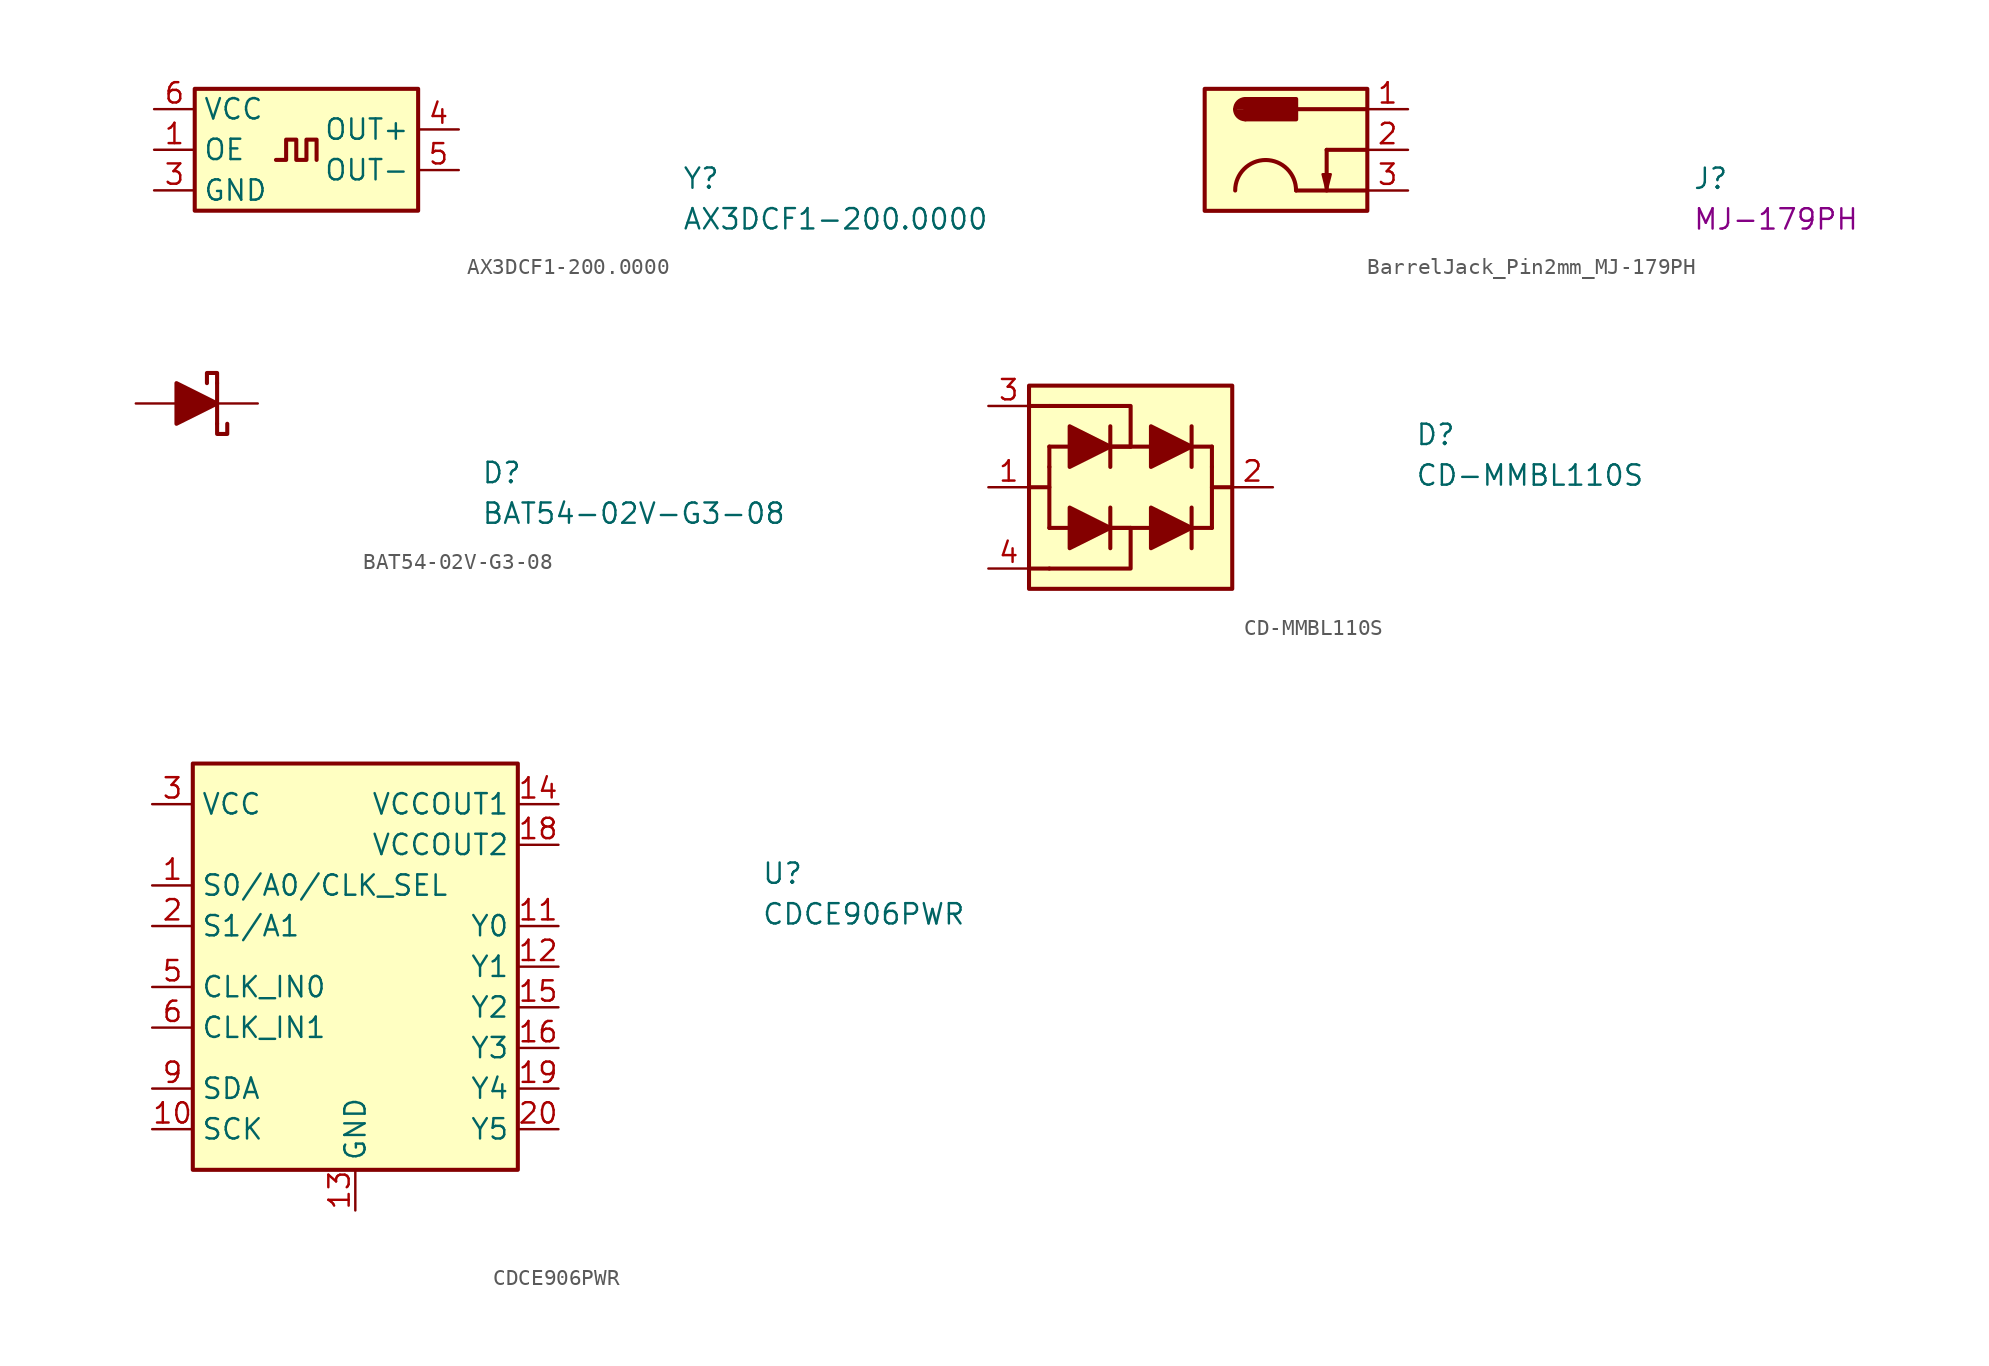
<source format=kicad_sym>
(kicad_symbol_lib
  (version 20211014)
  (generator kicad_symbol_editor)
  (symbol "AX3DCF1-200.0000"
    (property "Reference" "Y"
      (at 33.02 -5.08 0)
      (effects (font (size 1.27 1.27) (thickness 0.15)) (justify left bottom)))
    (property "Value" "AX3DCF1-200.0000"
      (at 33.02 -7.62 0)
      (effects (font (size 1.27 1.27) (thickness 0.15)) (justify left bottom)))
    (symbol "AX3DCF1-200.0000_1_1"
      (polyline (pts (xy 7.62 -3.175) (xy 8.255 -3.175) (xy 8.255 -1.905) (xy 8.89 -1.905) (xy 8.89 -3.175) (xy 9.525 -3.175) (xy 9.525 -1.905) (xy 10.16 -1.905) (xy 10.16 -3.175)) (stroke (width 0.254) (type default) (color 0 0 0 0)) (fill (type background)))
      (rectangle (start 2.54 1.27) (end 16.51 -6.35) (stroke (width 0.254) (type default) (color 0 0 0 0)) (fill (type background)))
      (pin input line (at 0 -2.54 0) (length 2.54) (name "OE" (effects (font (size 1.27 1.27)))) (number "1" (effects (font (size 1.27 1.27)))))
      (pin power_in line (at 0 -5.08 0) (length 2.54) (name "GND" (effects (font (size 1.27 1.27)))) (number "3" (effects (font (size 1.27 1.27)))))
      (pin output line (at 19.05 -1.27 180) (length 2.54) (name "OUT+" (effects (font (size 1.27 1.27)))) (number "4" (effects (font (size 1.27 1.27)))))
      (pin output line (at 19.05 -3.81 180) (length 2.54) (name "OUT-" (effects (font (size 1.27 1.27)))) (number "5" (effects (font (size 1.27 1.27)))))
      (pin power_in line (at 0 0 0) (length 2.54) (name "VCC" (effects (font (size 1.27 1.27)))) (number "6" (effects (font (size 1.27 1.27)))))))
  (symbol "BarrelJack_Pin2mm_MJ-179PH"
    (pin_names hide)
    (property "Reference" "J"
      (at 17.78 -5.08 0)
      (effects (font (size 1.27 1.27) (thickness 0.15)) (justify left bottom)))
    (property "MPN" "MJ-179PH"
      (at 17.78 -7.62 0)
      (effects (font (size 1.27 1.27) (thickness 0.15)) (justify left bottom)))
    (symbol "BarrelJack_Pin2mm_MJ-179PH_0_1"
      (polyline (pts (xy -5.08 -5.08) (xy -5.334 -4.064) (xy -4.826 -4.064) (xy -5.08 -5.08)) (stroke (width 0) (type default)) (fill (type outline))))
    (symbol "BarrelJack_Pin2mm_MJ-179PH_1_1"
      (rectangle (start -12.7 1.27) (end -2.54 -6.35) (stroke (width 0.254) (type default)) (fill (type background)))
      (arc (start -10.795 0) (mid -10.609 -0.449) (end -10.16 -0.635) (stroke (width 0.254) (type default)) (fill (type outline)))
      (rectangle (start -10.16 -0.635) (end -6.985 0.635) (stroke (width 0.254) (type default)) (fill (type outline)))
      (arc (start -10.16 0.635) (mid -10.609 0.449) (end -10.795 0) (stroke (width 0.254) (type default)) (fill (type outline)))
      (arc (start -8.89 -3.175) (mid -10.237 -3.733) (end -10.795 -5.08) (stroke (width 0.254) (type default)) (fill (type none)))
      (arc (start -6.985 -5.08) (mid -7.543 -3.733) (end -8.89 -3.175) (stroke (width 0.254) (type default)) (fill (type none)))
      (polyline (pts (xy -5.08 -2.54) (xy -5.08 -5.08)) (stroke (width 0.254) (type default)) (fill (type background)))
      (polyline (pts (xy -2.54 -5.08) (xy -6.985 -5.08)) (stroke (width 0.254) (type default)) (fill (type background)))
      (polyline (pts (xy -2.54 -2.54) (xy -5.08 -2.54)) (stroke (width 0.254) (type default)) (fill (type background)))
      (polyline (pts (xy -2.54 0) (xy -6.985 0)) (stroke (width 0.254) (type default)) (fill (type background)))
      (pin passive line (at 0 0 180) (length 2.54) (name "1" (effects (font (size 1.27 1.27)))) (number "1" (effects (font (size 1.27 1.27)))))
      (pin passive line (at 0 -2.54 180) (length 2.54) (name "2" (effects (font (size 1.27 1.27)))) (number "2" (effects (font (size 1.27 1.27)))))
      (pin passive line (at 0 -5.08 180) (length 2.54) (name "3" (effects (font (size 1.27 1.27)))) (number "3" (effects (font (size 1.27 1.27)))))))
  (symbol "BAT54-02V-G3-08"
    (pin_numbers hide)
    (pin_names hide)
    (property "Reference" "D"
      (at 21.59 -5.08 0)
      (effects (font (size 1.27 1.27) (thickness 0.15)) (justify left bottom)))
    (property "Value" "BAT54-02V-G3-08"
      (at 21.59 -7.62 0)
      (effects (font (size 1.27 1.27) (thickness 0.15)) (justify left bottom)))
    (symbol "BAT54-02V-G3-08_1_1"
      (polyline (pts (xy 5.08 1.27) (xy 5.08 -1.27)) (stroke (width 0.254) (type default) (color 0 0 0 0)) (fill (type none)))
      (polyline (pts (xy 2.54 1.27) (xy 2.54 -1.27) (xy 5.08 0) (xy 2.54 1.27)) (stroke (width 0.254) (type default) (color 0 0 0 0)) (fill (type outline)))
      (polyline (pts (xy 5.08 -1.27) (xy 5.08 -1.905) (xy 5.715 -1.905) (xy 5.715 -1.27)) (stroke (width 0.254) (type default) (color 0 0 0 0)) (fill (type none)))
      (polyline (pts (xy 5.08 1.27) (xy 5.08 1.905) (xy 4.445 1.905) (xy 4.445 1.27)) (stroke (width 0.254) (type default) (color 0 0 0 0)) (fill (type none)))
      (pin passive line (at 7.62 0 180) (length 2.54) (name "1" (effects (font (size 1.27 1.27)))) (number "1" (effects (font (size 1.27 1.27)))))
      (pin passive line (at 0 0 0) (length 2.54) (name "2" (effects (font (size 1.27 1.27)))) (number "2" (effects (font (size 1.27 1.27)))))))
  (symbol "CD-MMBL110S"
    (pin_names hide)
    (property "Reference" "D"
      (at 26.67 -2.54 0)
      (effects (font (size 1.27 1.27) (thickness 0.15)) (justify left bottom)))
    (property "Value" "CD-MMBL110S"
      (at 26.67 -5.08 0)
      (effects (font (size 1.27 1.27) (thickness 0.15)) (justify left bottom)))
    (symbol "CD-MMBL110S_1_1"
      (polyline (pts (xy 2.54 -5.08) (xy 3.81 -5.08)) (stroke (width 0.254) (type default) (color 0 0 0 0)) (fill (type none)))
      (polyline (pts (xy 3.81 -10.16) (xy 2.54 -10.16)) (stroke (width 0.254) (type default) (color 0 0 0 0)) (fill (type none)))
      (polyline (pts (xy 3.81 -3.81) (xy 3.81 -7.62)) (stroke (width 0.254) (type default) (color 0 0 0 0)) (fill (type none)))
      (polyline (pts (xy 3.81 -2.54) (xy 3.81 -3.81)) (stroke (width 0.254) (type default) (color 0 0 0 0)) (fill (type none)))
      (polyline (pts (xy 3.81 0) (xy 2.54 0)) (stroke (width 0.254) (type default) (color 0 0 0 0)) (fill (type none)))
      (polyline (pts (xy 5.08 -7.62) (xy 3.81 -7.62)) (stroke (width 0.254) (type default) (color 0 0 0 0)) (fill (type none)))
      (polyline (pts (xy 5.08 -2.54) (xy 3.81 -2.54)) (stroke (width 0.254) (type default) (color 0 0 0 0)) (fill (type none)))
      (polyline (pts (xy 7.62 -6.35) (xy 7.62 -8.89)) (stroke (width 0.254) (type default) (color 0 0 0 0)) (fill (type none)))
      (polyline (pts (xy 7.62 -1.27) (xy 7.62 -3.81)) (stroke (width 0.254) (type default) (color 0 0 0 0)) (fill (type none)))
      (polyline (pts (xy 8.89 -7.62) (xy 7.62 -7.62)) (stroke (width 0.254) (type default) (color 0 0 0 0)) (fill (type none)))
      (polyline (pts (xy 8.89 -2.54) (xy 7.62 -2.54)) (stroke (width 0.254) (type default) (color 0 0 0 0)) (fill (type none)))
      (polyline (pts (xy 10.16 -7.62) (xy 6.35 -7.62)) (stroke (width 0.254) (type default) (color 0 0 0 0)) (fill (type none)))
      (polyline (pts (xy 10.16 -2.54) (xy 6.35 -2.54)) (stroke (width 0.254) (type default) (color 0 0 0 0)) (fill (type none)))
      (polyline (pts (xy 12.7 -7.62) (xy 13.97 -7.62)) (stroke (width 0.254) (type default) (color 0 0 0 0)) (fill (type none)))
      (polyline (pts (xy 12.7 -6.35) (xy 12.7 -8.89)) (stroke (width 0.254) (type default) (color 0 0 0 0)) (fill (type none)))
      (polyline (pts (xy 12.7 -2.54) (xy 13.97 -2.54)) (stroke (width 0.254) (type default) (color 0 0 0 0)) (fill (type none)))
      (polyline (pts (xy 12.7 -1.27) (xy 12.7 -3.81)) (stroke (width 0.254) (type default) (color 0 0 0 0)) (fill (type none)))
      (polyline (pts (xy 13.97 -5.08) (xy 15.24 -5.08)) (stroke (width 0.254) (type default) (color 0 0 0 0)) (fill (type none)))
      (polyline (pts (xy 13.97 -3.81) (xy 13.97 -7.62)) (stroke (width 0.254) (type default) (color 0 0 0 0)) (fill (type none)))
      (polyline (pts (xy 13.97 -2.54) (xy 13.97 -3.81)) (stroke (width 0.254) (type default) (color 0 0 0 0)) (fill (type none)))
      (polyline (pts (xy 8.89 -7.62) (xy 8.89 -10.16) (xy 3.81 -10.16)) (stroke (width 0.254) (type default) (color 0 0 0 0)) (fill (type none)))
      (polyline (pts (xy 8.89 -2.54) (xy 8.89 0) (xy 3.81 0)) (stroke (width 0.254) (type default) (color 0 0 0 0)) (fill (type none)))
      (polyline (pts (xy 5.08 -6.35) (xy 5.08 -8.89) (xy 7.62 -7.62) (xy 5.08 -6.35)) (stroke (width 0.254) (type default) (color 0 0 0 0)) (fill (type outline)))
      (polyline (pts (xy 5.08 -1.27) (xy 5.08 -3.81) (xy 7.62 -2.54) (xy 5.08 -1.27)) (stroke (width 0.254) (type default) (color 0 0 0 0)) (fill (type outline)))
      (polyline (pts (xy 10.16 -6.35) (xy 10.16 -8.89) (xy 12.7 -7.62) (xy 10.16 -6.35)) (stroke (width 0.254) (type default) (color 0 0 0 0)) (fill (type outline)))
      (polyline (pts (xy 10.16 -1.27) (xy 10.16 -3.81) (xy 12.7 -2.54) (xy 10.16 -1.27)) (stroke (width 0.254) (type default) (color 0 0 0 0)) (fill (type outline)))
      (rectangle (start 2.54 1.27) (end 15.24 -11.43) (stroke (width 0.254) (type default) (color 0 0 0 0)) (fill (type background)))
      (pin output line (at 0 -5.08 0) (length 2.54) (name "1" (effects (font (size 1.27 1.27)))) (number "1" (effects (font (size 1.27 1.27)))))
      (pin output line (at 17.78 -5.08 180) (length 2.54) (name "2" (effects (font (size 1.27 1.27)))) (number "2" (effects (font (size 1.27 1.27)))))
      (pin input line (at 0 0 0) (length 2.54) (name "3" (effects (font (size 1.27 1.27)))) (number "3" (effects (font (size 1.27 1.27)))))
      (pin input line (at 0 -10.16 0) (length 2.54) (name "4" (effects (font (size 1.27 1.27)))) (number "4" (effects (font (size 1.27 1.27)))))))
  (symbol "CDCE906PWR"
    (property "Reference" "U"
      (at 38.1 -5.08 0)
      (effects (font (size 1.27 1.27) (thickness 0.15)) (justify left bottom)))
    (property "Value" "CDCE906PWR"
      (at 38.1 -7.62 0)
      (effects (font (size 1.27 1.27) (thickness 0.15)) (justify left bottom)))
    (symbol "CDCE906PWR_1_1"
      (rectangle (start 2.54 2.54) (end 22.86 -22.86) (stroke (width 0.254) (type default) (color 0 0 0 0)) (fill (type background)))
      (pin input line (at 0 -5.08 0) (length 2.54) (name "S0/A0/CLK_SEL" (effects (font (size 1.27 1.27)))) (number "1" (effects (font (size 1.27 1.27)))))
      (pin bidirectional line (at 0 -20.32 0) (length 2.54) (name "SCK" (effects (font (size 1.27 1.27)))) (number "10" (effects (font (size 1.27 1.27)))))
      (pin tri_state line (at 25.4 -7.62 180) (length 2.54) (name "Y0" (effects (font (size 1.27 1.27)))) (number "11" (effects (font (size 1.27 1.27)))))
      (pin tri_state line (at 25.4 -10.16 180) (length 2.54) (name "Y1" (effects (font (size 1.27 1.27)))) (number "12" (effects (font (size 1.27 1.27)))))
      (pin passive line (at 12.7 -25.4 90) (length 2.54) (name "GND" (effects (font (size 1.27 1.27)))) (number "13" (effects (font (size 1.27 1.27)))))
      (pin power_in line (at 25.4 0 180) (length 2.54) (name "VCCOUT1" (effects (font (size 1.27 1.27)))) (number "14" (effects (font (size 1.27 1.27)))))
      (pin tri_state line (at 25.4 -12.7 180) (length 2.54) (name "Y2" (effects (font (size 1.27 1.27)))) (number "15" (effects (font (size 1.27 1.27)))))
      (pin tri_state line (at 25.4 -15.24 180) (length 2.54) (name "Y3" (effects (font (size 1.27 1.27)))) (number "16" (effects (font (size 1.27 1.27)))))
      (pin passive line (at 12.7 -25.4 90) (length 2.54) hide (name "GND" (effects (font (size 1.27 1.27)))) (number "17" (effects (font (size 1.27 1.27)))))
      (pin power_in line (at 25.4 -2.54 180) (length 2.54) (name "VCCOUT2" (effects (font (size 1.27 1.27)))) (number "18" (effects (font (size 1.27 1.27)))))
      (pin tri_state line (at 25.4 -17.78 180) (length 2.54) (name "Y4" (effects (font (size 1.27 1.27)))) (number "19" (effects (font (size 1.27 1.27)))))
      (pin input line (at 0 -7.62 0) (length 2.54) (name "S1/A1" (effects (font (size 1.27 1.27)))) (number "2" (effects (font (size 1.27 1.27)))))
      (pin tri_state line (at 25.4 -20.32 180) (length 2.54) (name "Y5" (effects (font (size 1.27 1.27)))) (number "20" (effects (font (size 1.27 1.27)))))
      (pin power_in line (at 0 0 0) (length 2.54) (name "VCC" (effects (font (size 1.27 1.27)))) (number "3" (effects (font (size 1.27 1.27)))))
      (pin passive line (at 12.7 -25.4 90) (length 2.54) hide (name "GND" (effects (font (size 1.27 1.27)))) (number "4" (effects (font (size 1.27 1.27)))))
      (pin input line (at 0 -11.43 0) (length 2.54) (name "CLK_IN0" (effects (font (size 1.27 1.27)))) (number "5" (effects (font (size 1.27 1.27)))))
      (pin input line (at 0 -13.97 0) (length 2.54) (name "CLK_IN1" (effects (font (size 1.27 1.27)))) (number "6" (effects (font (size 1.27 1.27)))))
      (pin passive line (at 0 0 0) (length 2.54) hide (name "VCC" (effects (font (size 1.27 1.27)))) (number "7" (effects (font (size 1.27 1.27)))))
      (pin passive line (at 12.7 -25.4 90) (length 2.54) hide (name "GND" (effects (font (size 1.27 1.27)))) (number "8" (effects (font (size 1.27 1.27)))))
      (pin bidirectional line (at 0 -17.78 0) (length 2.54) (name "SDA" (effects (font (size 1.27 1.27)))) (number "9" (effects (font (size 1.27 1.27))))))))
</source>
